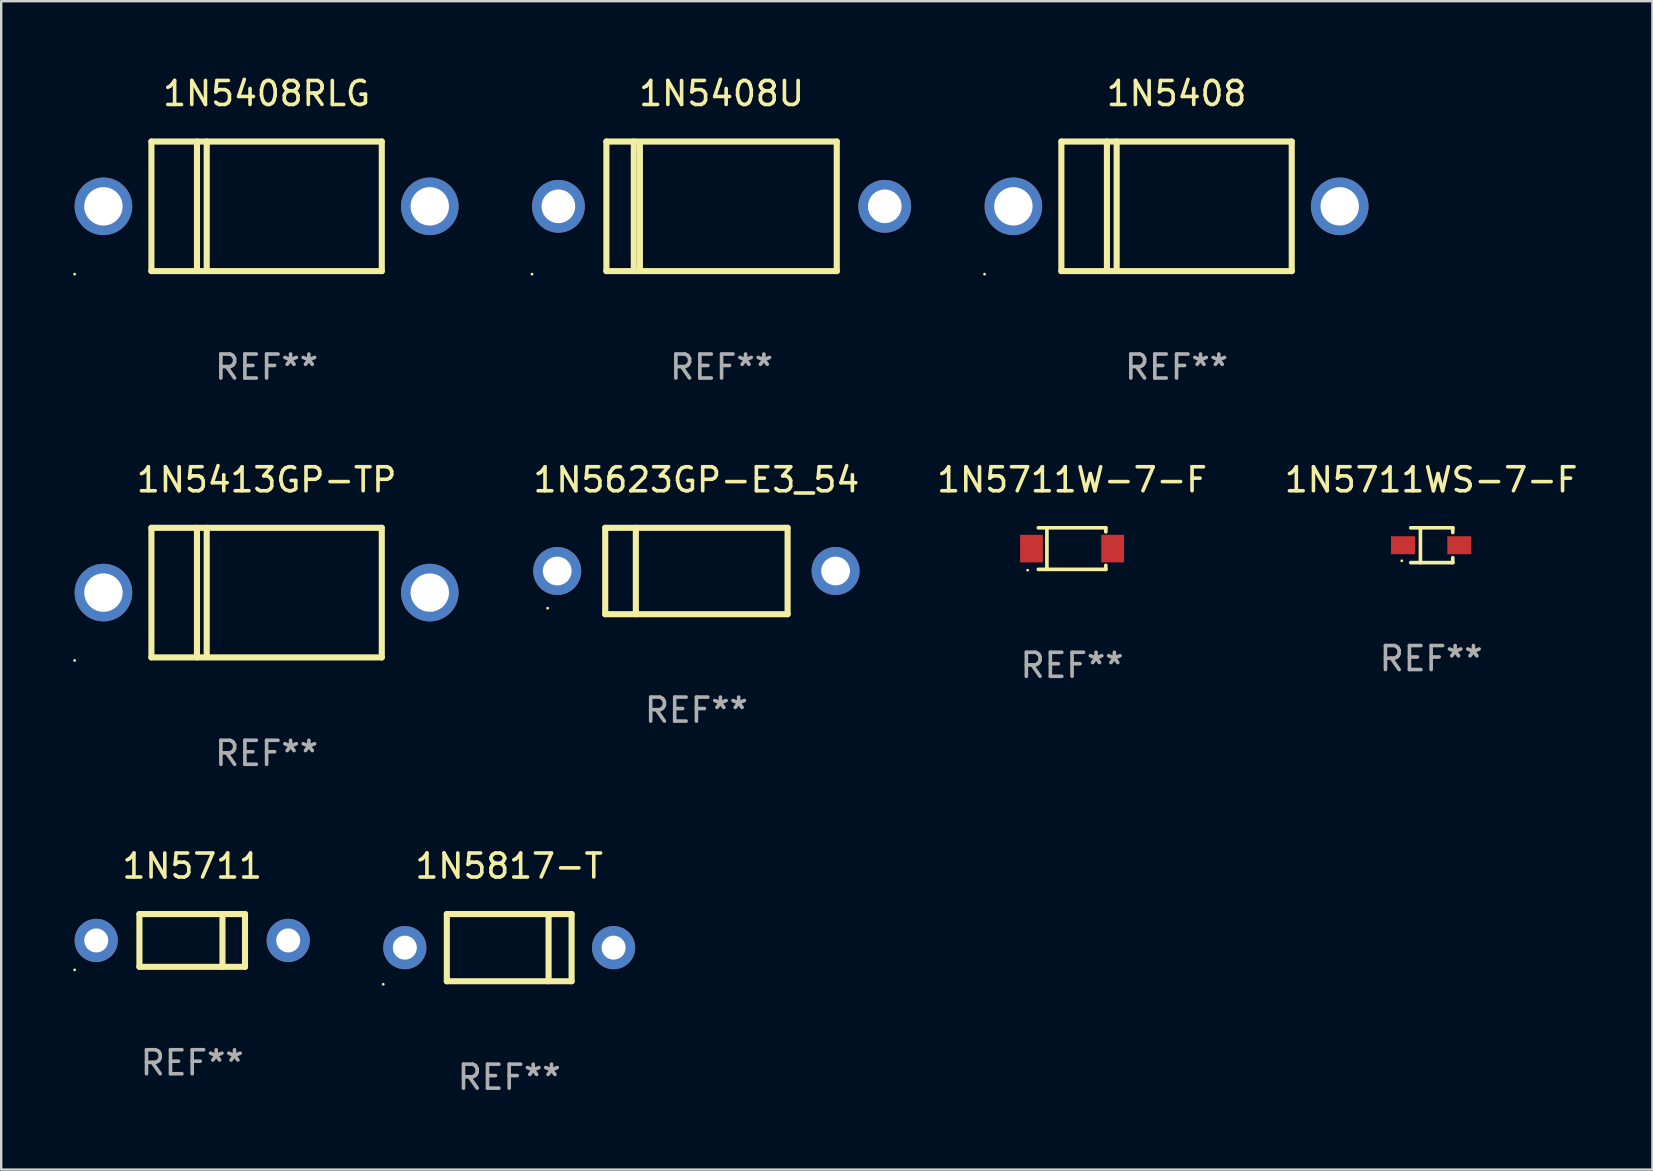
<source format=kicad_pcb>
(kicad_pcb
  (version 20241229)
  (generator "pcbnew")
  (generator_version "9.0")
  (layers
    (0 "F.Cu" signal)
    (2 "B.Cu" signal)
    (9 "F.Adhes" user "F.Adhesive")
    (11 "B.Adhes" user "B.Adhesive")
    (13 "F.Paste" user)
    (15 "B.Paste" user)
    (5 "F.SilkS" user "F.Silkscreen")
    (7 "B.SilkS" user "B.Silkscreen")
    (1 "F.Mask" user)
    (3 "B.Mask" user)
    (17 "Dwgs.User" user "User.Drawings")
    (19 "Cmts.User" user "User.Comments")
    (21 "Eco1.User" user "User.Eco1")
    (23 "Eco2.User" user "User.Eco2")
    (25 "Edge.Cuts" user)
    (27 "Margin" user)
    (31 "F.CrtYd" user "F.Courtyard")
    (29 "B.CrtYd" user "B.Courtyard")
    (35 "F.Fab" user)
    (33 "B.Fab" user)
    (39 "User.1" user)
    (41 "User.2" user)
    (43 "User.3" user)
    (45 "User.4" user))
  (footprint "1N5623GP-E3_54"
    (layer "F.Cu")
    (at 25.971 20.745)
    (property "Reference" "1N5623GP-E3_54" (at 0 -3.8 0) (layer "F.SilkS") (effects (font (size 1 1) (thickness 0.15))))
    (attr through_hole)
    (fp_line (start -3.8 -1.8) (end -3.8 1.8) (stroke (width 0.254) (type solid)) (layer "F.SilkS"))
    (fp_line (start -3.8 -1.8) (end 3.8 -1.8) (stroke (width 0.254) (type solid)) (layer "F.SilkS"))
    (fp_line (start -3.8 1.8) (end 3.8 1.8) (stroke (width 0.254) (type solid)) (layer "F.SilkS"))
    (fp_line (start -2.524 -1.8) (end -2.524 1.8) (stroke (width 0.254) (type solid)) (layer "F.SilkS"))
    (fp_line (start 3.8 -1.8) (end 3.8 1.8) (stroke (width 0.254) (type solid)) (layer "F.SilkS"))
    (fp_circle (center -6.2 1.55) (end -6.17 1.55) (stroke (width 0.06) (type solid)) (fill no) (layer "F.SilkS"))
    (fp_text user "REF**" (at 0 5.8 0) (layer "F.Fab") (effects (font (size 1 1) (thickness 0.15))))
    (pad "1" thru_hole circle (at -5.8 0) (size 2 2) (drill 1.2) (layers "*.Cu" "*.Mask"))
    (pad "2" thru_hole circle (at 5.8 0) (size 2 2) (drill 1.2) (layers "*.Cu" "*.Mask")))
  (footprint "1N5711"
    (layer "F.Cu")
    (at 4.96 36.141)
    (property "Reference" "1N5711" (at 0 -3.1 0) (layer "F.SilkS") (effects (font (size 1 1) (thickness 0.15))))
    (attr through_hole)
    (fp_line (start -2.2 1.1) (end -2.2 -1.1) (stroke (width 0.254) (type solid)) (layer "F.SilkS"))
    (fp_line (start 1.261 1.1) (end 1.261 -1.1) (stroke (width 0.254) (type solid)) (layer "F.SilkS"))
    (fp_line (start 2.2 -1.1) (end -2.2 -1.1) (stroke (width 0.254) (type solid)) (layer "F.SilkS"))
    (fp_line (start 2.2 1.1) (end -2.2 1.1) (stroke (width 0.254) (type solid)) (layer "F.SilkS"))
    (fp_line (start 2.2 1.1) (end 2.2 -1.1) (stroke (width 0.254) (type solid)) (layer "F.SilkS"))
    (fp_circle (center -4.9 1.227) (end -4.87 1.227) (stroke (width 0.06) (type solid)) (fill no) (layer "F.SilkS"))
    (fp_text user "REF**" (at 0 5.1 0) (layer "F.Fab") (effects (font (size 1 1) (thickness 0.15))))
    (pad "1" thru_hole circle (at -4 0) (size 1.8 1.8) (drill 1) (layers "*.Cu" "*.Mask"))
    (pad "2" thru_hole circle (at 4 0) (size 1.8 1.8) (drill 1) (layers "*.Cu" "*.Mask")))
  (footprint "1N5711WS-7-F"
    (layer "F.Cu")
    (at 56.59 19.671)
    (property "Reference" "1N5711WS-7-F" (at 0 -2.726 0) (layer "F.SilkS") (effects (font (size 1 1) (thickness 0.15))))
    (attr through_hole)
    (fp_line (start -0.851 -0.726) (end 0.901 -0.726) (stroke (width 0.152) (type solid)) (layer "F.SilkS"))
    (fp_line (start -0.851 0.726) (end 0.901 0.726) (stroke (width 0.152) (type solid)) (layer "F.SilkS"))
    (fp_line (start -0.447 -0.726) (end -0.447 0.726) (stroke (width 0.152) (type solid)) (layer "F.SilkS"))
    (fp_line (start 0.901 -0.726) (end 0.901 -0.53) (stroke (width 0.152) (type solid)) (layer "F.SilkS"))
    (fp_line (start 0.901 0.726) (end 0.901 0.52) (stroke (width 0.152) (type solid)) (layer "F.SilkS"))
    (fp_circle (center -1.225 0.65) (end -1.195 0.65) (stroke (width 0.06) (type solid)) (fill no) (layer "F.SilkS"))
    (fp_text user "REF**" (at 0 4.726 0) (layer "F.Fab") (effects (font (size 1 1) (thickness 0.15))))
    (pad "1" smd rect (at -1.173 0) (size 1 0.75) (layers "F.Cu" "F.Mask" "F.Paste"))
    (pad "2" smd rect (at 1.173 0) (size 1 0.75) (layers "F.Cu" "F.Mask" "F.Paste")))
  (footprint "1N5408RLG"
    (layer "F.Cu")
    (at 8.06 5.548)
    (property "Reference" "1N5408RLG" (at 0 -4.7 0) (layer "F.SilkS") (effects (font (size 1 1) (thickness 0.15))))
    (attr through_hole)
    (fp_line (start -4.8 -2.7) (end -4.8 2.7) (stroke (width 0.254) (type solid)) (layer "F.SilkS"))
    (fp_line (start -4.8 -2.7) (end 4.8 -2.7) (stroke (width 0.254) (type solid)) (layer "F.SilkS"))
    (fp_line (start -2.902 -2.7) (end -2.902 2.7) (stroke (width 0.254) (type solid)) (layer "F.SilkS"))
    (fp_line (start -2.496 -2.7) (end -2.496 2.54) (stroke (width 0.254) (type solid)) (layer "F.SilkS"))
    (fp_line (start 4.8 -2.7) (end 4.8 2.7) (stroke (width 0.254) (type solid)) (layer "F.SilkS"))
    (fp_line (start 4.8 2.7) (end -4.8 2.7) (stroke (width 0.254) (type solid)) (layer "F.SilkS"))
    (fp_circle (center -8 2.827) (end -7.97 2.827) (stroke (width 0.06) (type solid)) (fill no) (layer "F.SilkS"))
    (fp_text user "REF**" (at 0 6.7 0) (layer "F.Fab") (effects (font (size 1 1) (thickness 0.15))))
    (pad "1" thru_hole circle (at -6.8 0) (size 2.4 2.4) (drill 1.6) (layers "*.Cu" "*.Mask"))
    (pad "2" thru_hole circle (at 6.8 0) (size 2.4 2.4) (drill 1.6) (layers "*.Cu" "*.Mask")))
  (footprint "1N5817-T"
    (layer "F.Cu")
    (at 18.17 36.441)
    (property "Reference" "1N5817-T" (at 0 -3.4 0) (layer "F.SilkS") (effects (font (size 1 1) (thickness 0.15))))
    (attr through_hole)
    (fp_line (start -2.6 1.4) (end -2.6 -1.4) (stroke (width 0.254) (type solid)) (layer "F.SilkS"))
    (fp_line (start 1.641 1.4) (end 1.641 -1.4) (stroke (width 0.254) (type solid)) (layer "F.SilkS"))
    (fp_line (start 2.6 -1.4) (end -2.6 -1.4) (stroke (width 0.254) (type solid)) (layer "F.SilkS"))
    (fp_line (start 2.6 1.4) (end -2.6 1.4) (stroke (width 0.254) (type solid)) (layer "F.SilkS"))
    (fp_line (start 2.6 1.4) (end 2.6 -1.4) (stroke (width 0.254) (type solid)) (layer "F.SilkS"))
    (fp_circle (center -5.25 1.527) (end -5.22 1.527) (stroke (width 0.06) (type solid)) (fill no) (layer "F.SilkS"))
    (fp_text user "REF**" (at 0 5.4 0) (layer "F.Fab") (effects (font (size 1 1) (thickness 0.15))))
    (pad "1" thru_hole circle (at -4.35 0) (size 1.8 1.8) (drill 1) (layers "*.Cu" "*.Mask"))
    (pad "2" thru_hole circle (at 4.35 0) (size 1.8 1.8) (drill 1) (layers "*.Cu" "*.Mask")))
  (footprint "1N5711W-7-F"
    (layer "F.Cu")
    (at 41.626 19.811)
    (property "Reference" "1N5711W-7-F" (at 0 -2.866 0) (layer "F.SilkS") (effects (font (size 1 1) (thickness 0.15))))
    (attr through_hole)
    (fp_line (start -1.406 -0.866) (end 1.406 -0.866) (stroke (width 0.152) (type solid)) (layer "F.SilkS"))
    (fp_line (start -1.406 0.866) (end 1.406 0.866) (stroke (width 0.152) (type solid)) (layer "F.SilkS"))
    (fp_line (start -1.049 -0.866) (end -1.049 0.866) (stroke (width 0.152) (type solid)) (layer "F.SilkS"))
    (fp_line (start 1.406 -0.866) (end 1.406 -0.698) (stroke (width 0.152) (type solid)) (layer "F.SilkS"))
    (fp_line (start 1.406 0.866) (end 1.406 0.698) (stroke (width 0.152) (type solid)) (layer "F.SilkS"))
    (fp_circle (center -1.851 0.9) (end -1.821 0.9) (stroke (width 0.06) (type solid)) (fill no) (layer "F.SilkS"))
    (fp_text user "REF**" (at 0 4.866 0) (layer "F.Fab") (effects (font (size 1 1) (thickness 0.15))))
    (pad "1" smd rect (at -1.692 0) (size 0.95 1.15) (layers "F.Cu" "F.Mask" "F.Paste"))
    (pad "2" smd rect (at 1.692 0) (size 0.95 1.15) (layers "F.Cu" "F.Mask" "F.Paste")))
  (footprint "1N5413GP-TP"
    (layer "F.Cu")
    (at 8.06 21.645)
    (property "Reference" "1N5413GP-TP" (at 0 -4.7 0) (layer "F.SilkS") (effects (font (size 1 1) (thickness 0.15))))
    (attr through_hole)
    (fp_line (start -4.8 -2.7) (end -4.8 2.7) (stroke (width 0.254) (type solid)) (layer "F.SilkS"))
    (fp_line (start -4.8 -2.7) (end 4.8 -2.7) (stroke (width 0.254) (type solid)) (layer "F.SilkS"))
    (fp_line (start -2.902 -2.7) (end -2.902 2.7) (stroke (width 0.254) (type solid)) (layer "F.SilkS"))
    (fp_line (start -2.496 -2.7) (end -2.496 2.54) (stroke (width 0.254) (type solid)) (layer "F.SilkS"))
    (fp_line (start 4.8 -2.7) (end 4.8 2.7) (stroke (width 0.254) (type solid)) (layer "F.SilkS"))
    (fp_line (start 4.8 2.7) (end -4.8 2.7) (stroke (width 0.254) (type solid)) (layer "F.SilkS"))
    (fp_circle (center -8 2.827) (end -7.97 2.827) (stroke (width 0.06) (type solid)) (fill no) (layer "F.SilkS"))
    (fp_text user "REF**" (at 0 6.7 0) (layer "F.Fab") (effects (font (size 1 1) (thickness 0.15))))
    (pad "1" thru_hole circle (at -6.8 0) (size 2.4 2.4) (drill 1.6) (layers "*.Cu" "*.Mask"))
    (pad "2" thru_hole circle (at 6.8 0) (size 2.4 2.4) (drill 1.6) (layers "*.Cu" "*.Mask")))
  (footprint "1N5408"
    (layer "F.Cu")
    (at 45.98 5.548)
    (property "Reference" "1N5408" (at 0 -4.7 0) (layer "F.SilkS") (effects (font (size 1 1) (thickness 0.15))))
    (attr through_hole)
    (fp_line (start -4.8 -2.7) (end -4.8 2.7) (stroke (width 0.254) (type solid)) (layer "F.SilkS"))
    (fp_line (start -4.8 -2.7) (end 4.8 -2.7) (stroke (width 0.254) (type solid)) (layer "F.SilkS"))
    (fp_line (start -2.902 -2.7) (end -2.902 2.7) (stroke (width 0.254) (type solid)) (layer "F.SilkS"))
    (fp_line (start -2.496 -2.7) (end -2.496 2.54) (stroke (width 0.254) (type solid)) (layer "F.SilkS"))
    (fp_line (start 4.8 -2.7) (end 4.8 2.7) (stroke (width 0.254) (type solid)) (layer "F.SilkS"))
    (fp_line (start 4.8 2.7) (end -4.8 2.7) (stroke (width 0.254) (type solid)) (layer "F.SilkS"))
    (fp_circle (center -8 2.827) (end -7.97 2.827) (stroke (width 0.06) (type solid)) (fill no) (layer "F.SilkS"))
    (fp_text user "REF**" (at 0 6.7 0) (layer "F.Fab") (effects (font (size 1 1) (thickness 0.15))))
    (pad "1" thru_hole circle (at -6.8 0) (size 2.4 2.4) (drill 1.6) (layers "*.Cu" "*.Mask"))
    (pad "2" thru_hole circle (at 6.8 0) (size 2.4 2.4) (drill 1.6) (layers "*.Cu" "*.Mask")))
  (footprint "1N5408U"
    (layer "F.Cu")
    (at 27.02 5.548)
    (property "Reference" "1N5408U" (at 0 -4.7 0) (layer "F.SilkS") (effects (font (size 1 1) (thickness 0.15))))
    (attr through_hole)
    (fp_line (start -4.8 -2.7) (end 4.8 -2.7) (stroke (width 0.254) (type solid)) (layer "F.SilkS"))
    (fp_line (start -4.8 2.7) (end -4.8 -2.7) (stroke (width 0.254) (type solid)) (layer "F.SilkS"))
    (fp_line (start -3.658 2.7) (end -3.658 -2.7) (stroke (width 0.254) (type solid)) (layer "F.SilkS"))
    (fp_line (start -3.404 2.7) (end -3.404 -2.54) (stroke (width 0.254) (type solid)) (layer "F.SilkS"))
    (fp_line (start 4.8 2.7) (end -4.8 2.7) (stroke (width 0.254) (type solid)) (layer "F.SilkS"))
    (fp_line (start 4.8 2.7) (end 4.8 -2.7) (stroke (width 0.254) (type solid)) (layer "F.SilkS"))
    (fp_circle (center -7.9 2.827) (end -7.87 2.827) (stroke (width 0.06) (type solid)) (fill no) (layer "F.SilkS"))
    (fp_text user "REF**" (at 0 6.7 0) (layer "F.Fab") (effects (font (size 1 1) (thickness 0.15))))
    (pad "1" thru_hole circle (at -6.8 0) (size 2.2 2.2) (drill 1.4) (layers "*.Cu" "*.Mask"))
    (pad "2" thru_hole circle (at 6.8 0) (size 2.2 2.2) (drill 1.4) (layers "*.Cu" "*.Mask")))
  (gr_rect
    (start -3 -3)
    (end 65.81 45.69)
    (stroke (width 0.1) (type default))
    (fill no)
    (layer "Edge.Cuts")))
</source>
